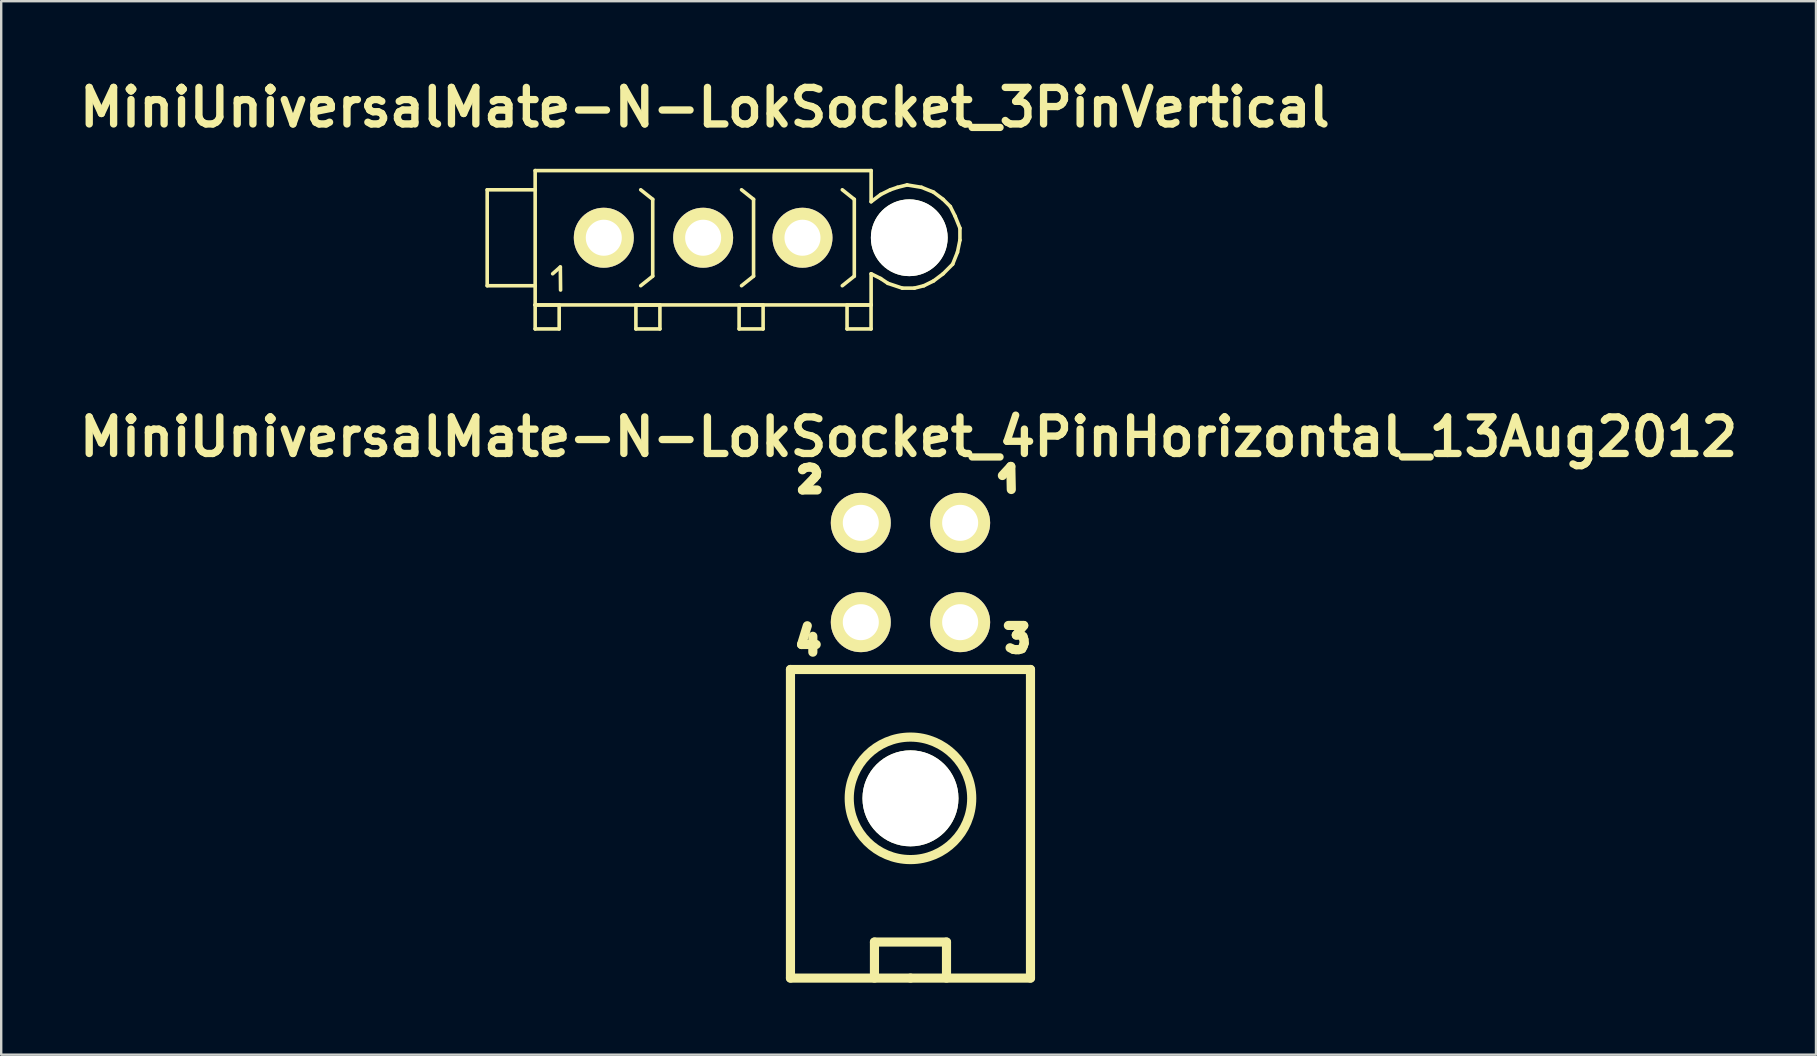
<source format=kicad_pcb>
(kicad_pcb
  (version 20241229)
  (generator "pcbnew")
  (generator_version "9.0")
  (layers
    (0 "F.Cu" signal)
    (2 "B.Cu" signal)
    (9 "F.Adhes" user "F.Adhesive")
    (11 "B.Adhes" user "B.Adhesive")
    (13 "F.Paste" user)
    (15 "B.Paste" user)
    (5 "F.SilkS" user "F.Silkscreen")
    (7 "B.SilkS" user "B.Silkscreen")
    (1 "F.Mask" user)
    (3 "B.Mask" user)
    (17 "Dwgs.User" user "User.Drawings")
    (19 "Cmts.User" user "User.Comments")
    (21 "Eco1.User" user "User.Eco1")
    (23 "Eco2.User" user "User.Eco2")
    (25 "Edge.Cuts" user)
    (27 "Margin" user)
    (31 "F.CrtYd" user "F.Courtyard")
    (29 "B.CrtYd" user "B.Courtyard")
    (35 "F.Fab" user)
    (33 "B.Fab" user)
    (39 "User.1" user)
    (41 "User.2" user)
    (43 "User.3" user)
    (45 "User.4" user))
  (footprint "MiniUniversalMate-N-LokSocket_4PinHorizontal_13Aug2012"
    (layer "F.Cu")
    (at 34.891 20.807)
    (property "Reference" "MiniUniversalMate-N-LokSocket_4PinHorizontal_13Aug2012" (at -0.079 -5.649 0) (layer "F.SilkS") (effects (font (size 1.524 1.524) (thickness 0.305))))
    (attr through_hole)
    (fp_line (start -5.001 4.041) (end 5.001 4.041) (stroke (width 0.381) (type solid)) (layer "F.SilkS"))
    (fp_line (start -5.001 16.901) (end -5.001 4.041) (stroke (width 0.381) (type solid)) (layer "F.SilkS"))
    (fp_line (start -4.539 3) (end -3.929 3) (stroke (width 0.381) (type solid)) (layer "F.SilkS"))
    (fp_line (start -4.501 -4.28) (end -4.47 -4.321) (stroke (width 0.381) (type solid)) (layer "F.SilkS"))
    (fp_line (start -4.501 -3.439) (end -3.889 -3.439) (stroke (width 0.381) (type solid)) (layer "F.SilkS"))
    (fp_line (start -4.47 -4.321) (end -4.379 -4.371) (stroke (width 0.381) (type solid)) (layer "F.SilkS"))
    (fp_line (start -4.379 -4.371) (end -4.201 -4.399) (stroke (width 0.381) (type solid)) (layer "F.SilkS"))
    (fp_line (start -4.3 2.22) (end -4.539 3) (stroke (width 0.381) (type solid)) (layer "F.SilkS"))
    (fp_line (start -4.201 -4.399) (end -4.069 -4.379) (stroke (width 0.381) (type solid)) (layer "F.SilkS"))
    (fp_line (start -4.069 -4.379) (end -3.98 -4.321) (stroke (width 0.381) (type solid)) (layer "F.SilkS"))
    (fp_line (start -4.069 2.659) (end -4.069 3.32) (stroke (width 0.381) (type solid)) (layer "F.SilkS"))
    (fp_line (start -4.011 -3.94) (end -4.501 -3.439) (stroke (width 0.381) (type solid)) (layer "F.SilkS"))
    (fp_line (start -3.98 -4.321) (end -3.909 -4.181) (stroke (width 0.381) (type solid)) (layer "F.SilkS"))
    (fp_line (start -3.919 -4.051) (end -4.011 -3.94) (stroke (width 0.381) (type solid)) (layer "F.SilkS"))
    (fp_line (start -3.909 -4.181) (end -3.919 -4.051) (stroke (width 0.381) (type solid)) (layer "F.SilkS"))
    (fp_line (start -1.501 15.4) (end -1.501 16.901) (stroke (width 0.381) (type solid)) (layer "F.SilkS"))
    (fp_line (start 0 16.901) (end -5.001 16.901) (stroke (width 0.381) (type solid)) (layer "F.SilkS"))
    (fp_line (start 0 16.901) (end 5.001 16.901) (stroke (width 0.381) (type solid)) (layer "F.SilkS"))
    (fp_line (start 1.501 15.4) (end -1.501 15.4) (stroke (width 0.381) (type solid)) (layer "F.SilkS"))
    (fp_line (start 1.501 16.901) (end 1.501 15.4) (stroke (width 0.381) (type solid)) (layer "F.SilkS"))
    (fp_line (start 3.83 -4.041) (end 4.181 -4.42) (stroke (width 0.381) (type solid)) (layer "F.SilkS"))
    (fp_line (start 4.079 2.207) (end 4.719 2.207) (stroke (width 0.381) (type solid)) (layer "F.SilkS"))
    (fp_line (start 4.181 -4.42) (end 4.201 -3.459) (stroke (width 0.381) (type solid)) (layer "F.SilkS"))
    (fp_line (start 4.29 3.205) (end 4.15 3.137) (stroke (width 0.381) (type solid)) (layer "F.SilkS"))
    (fp_line (start 4.389 3.216) (end 4.29 3.205) (stroke (width 0.381) (type solid)) (layer "F.SilkS"))
    (fp_line (start 4.409 2.606) (end 4.569 2.606) (stroke (width 0.381) (type solid)) (layer "F.SilkS"))
    (fp_line (start 4.508 3.216) (end 4.389 3.216) (stroke (width 0.381) (type solid)) (layer "F.SilkS"))
    (fp_line (start 4.569 2.606) (end 4.689 2.667) (stroke (width 0.381) (type solid)) (layer "F.SilkS"))
    (fp_line (start 4.641 3.178) (end 4.508 3.216) (stroke (width 0.381) (type solid)) (layer "F.SilkS"))
    (fp_line (start 4.689 2.667) (end 4.729 2.797) (stroke (width 0.381) (type solid)) (layer "F.SilkS"))
    (fp_line (start 4.699 3.066) (end 4.641 3.178) (stroke (width 0.381) (type solid)) (layer "F.SilkS"))
    (fp_line (start 4.719 2.207) (end 4.409 2.606) (stroke (width 0.381) (type solid)) (layer "F.SilkS"))
    (fp_line (start 4.729 2.797) (end 4.74 2.946) (stroke (width 0.381) (type solid)) (layer "F.SilkS"))
    (fp_line (start 4.74 2.946) (end 4.699 3.066) (stroke (width 0.381) (type solid)) (layer "F.SilkS"))
    (fp_line (start 5.001 4.041) (end 5.001 16.901) (stroke (width 0.381) (type solid)) (layer "F.SilkS"))
    (fp_circle (center 0 9.411) (end 2.141 10.8) (stroke (width 0.381) (type solid)) (fill no) (layer "F.SilkS"))
    (pad "" np_thru_hole circle (at 0 9.411 90) (size 4 4) (drill 4) (layers "*.Cu" "*.Mask" "F.SilkS"))
    (pad "1" thru_hole circle (at 2.07 -2.07 90) (size 2.499 2.499) (drill 1.501) (layers "*.Cu" "*.Mask" "F.SilkS"))
    (pad "2" thru_hole circle (at -2.07 -2.07 90) (size 2.499 2.499) (drill 1.501) (layers "*.Cu" "*.Mask" "F.SilkS"))
    (pad "3" thru_hole circle (at 2.07 2.07 90) (size 2.499 2.499) (drill 1.501) (layers "*.Cu" "*.Mask" "F.SilkS"))
    (pad "4" thru_hole circle (at -2.07 2.07 90) (size 2.499 2.499) (drill 1.501) (layers "*.Cu" "*.Mask" "F.SilkS")))
  (footprint "MiniUniversalMate-N-LokSocket_3PinVertical"
    (layer "F.Cu")
    (at 26.251 6.857)
    (property "Reference" "MiniUniversalMate-N-LokSocket_3PinVertical" (at 0.071 -5.431 0) (layer "F.SilkS") (effects (font (size 1.524 1.524) (thickness 0.305))))
    (attr through_hole)
    (fp_line (start -8.999 -1.999) (end -8.999 1.999) (stroke (width 0.15) (type solid)) (layer "F.SilkS"))
    (fp_line (start -8.999 1.999) (end -7 1.999) (stroke (width 0.15) (type solid)) (layer "F.SilkS"))
    (fp_line (start -7 -2.799) (end -7 2.799) (stroke (width 0.15) (type solid)) (layer "F.SilkS"))
    (fp_line (start -7 -2.799) (end 7 -2.799) (stroke (width 0.15) (type solid)) (layer "F.SilkS"))
    (fp_line (start -7 -1.999) (end -8.999 -1.999) (stroke (width 0.15) (type solid)) (layer "F.SilkS"))
    (fp_line (start -7 2.799) (end 7 2.799) (stroke (width 0.15) (type solid)) (layer "F.SilkS"))
    (fp_line (start -7 2.802) (end -5.999 2.802) (stroke (width 0.15) (type solid)) (layer "F.SilkS"))
    (fp_line (start -7 3.8) (end -7 2.802) (stroke (width 0.15) (type solid)) (layer "F.SilkS"))
    (fp_line (start -6.271 1.501) (end -5.951 1.219) (stroke (width 0.15) (type solid)) (layer "F.SilkS"))
    (fp_line (start -5.999 2.802) (end -5.999 3.8) (stroke (width 0.15) (type solid)) (layer "F.SilkS"))
    (fp_line (start -5.999 3.8) (end -7 3.8) (stroke (width 0.15) (type solid)) (layer "F.SilkS"))
    (fp_line (start -5.951 1.219) (end -5.941 2.179) (stroke (width 0.15) (type solid)) (layer "F.SilkS"))
    (fp_line (start -2.802 2.802) (end -1.801 2.802) (stroke (width 0.15) (type solid)) (layer "F.SilkS"))
    (fp_line (start -2.802 3.8) (end -2.802 2.802) (stroke (width 0.15) (type solid)) (layer "F.SilkS"))
    (fp_line (start -2.101 -1.6) (end -2.601 -1.999) (stroke (width 0.15) (type solid)) (layer "F.SilkS"))
    (fp_line (start -2.101 -1.6) (end -2.101 1.6) (stroke (width 0.15) (type solid)) (layer "F.SilkS"))
    (fp_line (start -2.101 1.6) (end -2.601 1.999) (stroke (width 0.15) (type solid)) (layer "F.SilkS"))
    (fp_line (start -1.801 2.802) (end -1.801 3.8) (stroke (width 0.15) (type solid)) (layer "F.SilkS"))
    (fp_line (start -1.801 3.8) (end -2.802 3.8) (stroke (width 0.15) (type solid)) (layer "F.SilkS"))
    (fp_line (start 1.499 2.802) (end 2.499 2.802) (stroke (width 0.15) (type solid)) (layer "F.SilkS"))
    (fp_line (start 1.499 3.8) (end 1.499 2.802) (stroke (width 0.15) (type solid)) (layer "F.SilkS"))
    (fp_line (start 2.101 -1.6) (end 1.6 -1.999) (stroke (width 0.15) (type solid)) (layer "F.SilkS"))
    (fp_line (start 2.101 -1.6) (end 2.101 1.6) (stroke (width 0.15) (type solid)) (layer "F.SilkS"))
    (fp_line (start 2.101 1.6) (end 1.6 1.999) (stroke (width 0.15) (type solid)) (layer "F.SilkS"))
    (fp_line (start 2.499 2.802) (end 2.499 3.8) (stroke (width 0.15) (type solid)) (layer "F.SilkS"))
    (fp_line (start 2.499 3.8) (end 1.499 3.8) (stroke (width 0.15) (type solid)) (layer "F.SilkS"))
    (fp_line (start 5.997 2.802) (end 6.998 2.802) (stroke (width 0.15) (type solid)) (layer "F.SilkS"))
    (fp_line (start 5.997 3.8) (end 5.997 2.802) (stroke (width 0.15) (type solid)) (layer "F.SilkS"))
    (fp_line (start 6.299 -1.6) (end 5.799 -1.999) (stroke (width 0.15) (type solid)) (layer "F.SilkS"))
    (fp_line (start 6.299 -1.6) (end 6.299 1.6) (stroke (width 0.15) (type solid)) (layer "F.SilkS"))
    (fp_line (start 6.299 1.6) (end 5.799 1.999) (stroke (width 0.15) (type solid)) (layer "F.SilkS"))
    (fp_line (start 6.998 2.802) (end 6.998 3.8) (stroke (width 0.15) (type solid)) (layer "F.SilkS"))
    (fp_line (start 6.998 3.8) (end 5.997 3.8) (stroke (width 0.15) (type solid)) (layer "F.SilkS"))
    (fp_line (start 7 -2.799) (end 7 -1.501) (stroke (width 0.15) (type solid)) (layer "F.SilkS"))
    (fp_line (start 7 -1.501) (end 7.399 -1.801) (stroke (width 0.15) (type solid)) (layer "F.SilkS"))
    (fp_line (start 7 2.799) (end 7 1.501) (stroke (width 0.15) (type solid)) (layer "F.SilkS"))
    (fp_line (start 7.399 -1.801) (end 7.8 -1.999) (stroke (width 0.15) (type solid)) (layer "F.SilkS"))
    (fp_line (start 7.399 1.699) (end 7 1.501) (stroke (width 0.15) (type solid)) (layer "F.SilkS"))
    (fp_line (start 7.699 1.9) (end 7.399 1.699) (stroke (width 0.15) (type solid)) (layer "F.SilkS"))
    (fp_line (start 7.8 -1.999) (end 8.1 -2.101) (stroke (width 0.15) (type solid)) (layer "F.SilkS"))
    (fp_line (start 8.1 -2.101) (end 8.499 -2.2) (stroke (width 0.15) (type solid)) (layer "F.SilkS"))
    (fp_line (start 8.301 2.101) (end 7.699 1.9) (stroke (width 0.15) (type solid)) (layer "F.SilkS"))
    (fp_line (start 8.499 -2.2) (end 9.101 -2.101) (stroke (width 0.15) (type solid)) (layer "F.SilkS"))
    (fp_line (start 8.801 2.101) (end 8.301 2.101) (stroke (width 0.15) (type solid)) (layer "F.SilkS"))
    (fp_line (start 9.101 -2.101) (end 9.601 -1.9) (stroke (width 0.15) (type solid)) (layer "F.SilkS"))
    (fp_line (start 9.2 1.999) (end 8.801 2.101) (stroke (width 0.15) (type solid)) (layer "F.SilkS"))
    (fp_line (start 9.601 -1.9) (end 10 -1.6) (stroke (width 0.15) (type solid)) (layer "F.SilkS"))
    (fp_line (start 9.601 1.801) (end 9.2 1.999) (stroke (width 0.15) (type solid)) (layer "F.SilkS"))
    (fp_line (start 10 -1.6) (end 10.3 -1.3) (stroke (width 0.15) (type solid)) (layer "F.SilkS"))
    (fp_line (start 10 1.501) (end 9.601 1.801) (stroke (width 0.15) (type solid)) (layer "F.SilkS"))
    (fp_line (start 10.3 -1.3) (end 10.5 -0.899) (stroke (width 0.15) (type solid)) (layer "F.SilkS"))
    (fp_line (start 10.399 1.1) (end 10 1.501) (stroke (width 0.15) (type solid)) (layer "F.SilkS"))
    (fp_line (start 10.5 -0.899) (end 10.701 -0.399) (stroke (width 0.15) (type solid)) (layer "F.SilkS"))
    (fp_line (start 10.599 0.599) (end 10.399 1.1) (stroke (width 0.15) (type solid)) (layer "F.SilkS"))
    (fp_line (start 10.701 -0.399) (end 10.701 0.099) (stroke (width 0.15) (type solid)) (layer "F.SilkS"))
    (fp_line (start 10.701 0.099) (end 10.599 0.599) (stroke (width 0.15) (type solid)) (layer "F.SilkS"))
    (pad "" np_thru_hole circle (at 8.59 0) (size 3.2 3.2) (drill 3.2) (layers "*.Cu" "*.Mask" "F.SilkS"))
    (pad "1" thru_hole circle (at -4.14 0 90) (size 2.499 2.499) (drill 1.501) (layers "*.Cu" "*.Mask" "F.SilkS"))
    (pad "2" thru_hole circle (at 0 0 90) (size 2.499 2.499) (drill 1.501) (layers "*.Cu" "*.Mask" "F.SilkS"))
    (pad "3" thru_hole circle (at 4.14 0 90) (size 2.499 2.499) (drill 1.501) (layers "*.Cu" "*.Mask" "F.SilkS")))
  (gr_rect
    (start -3 -3)
    (end 72.625 40.899)
    (stroke (width 0.1) (type default))
    (fill no)
    (layer "Edge.Cuts")))
</source>
